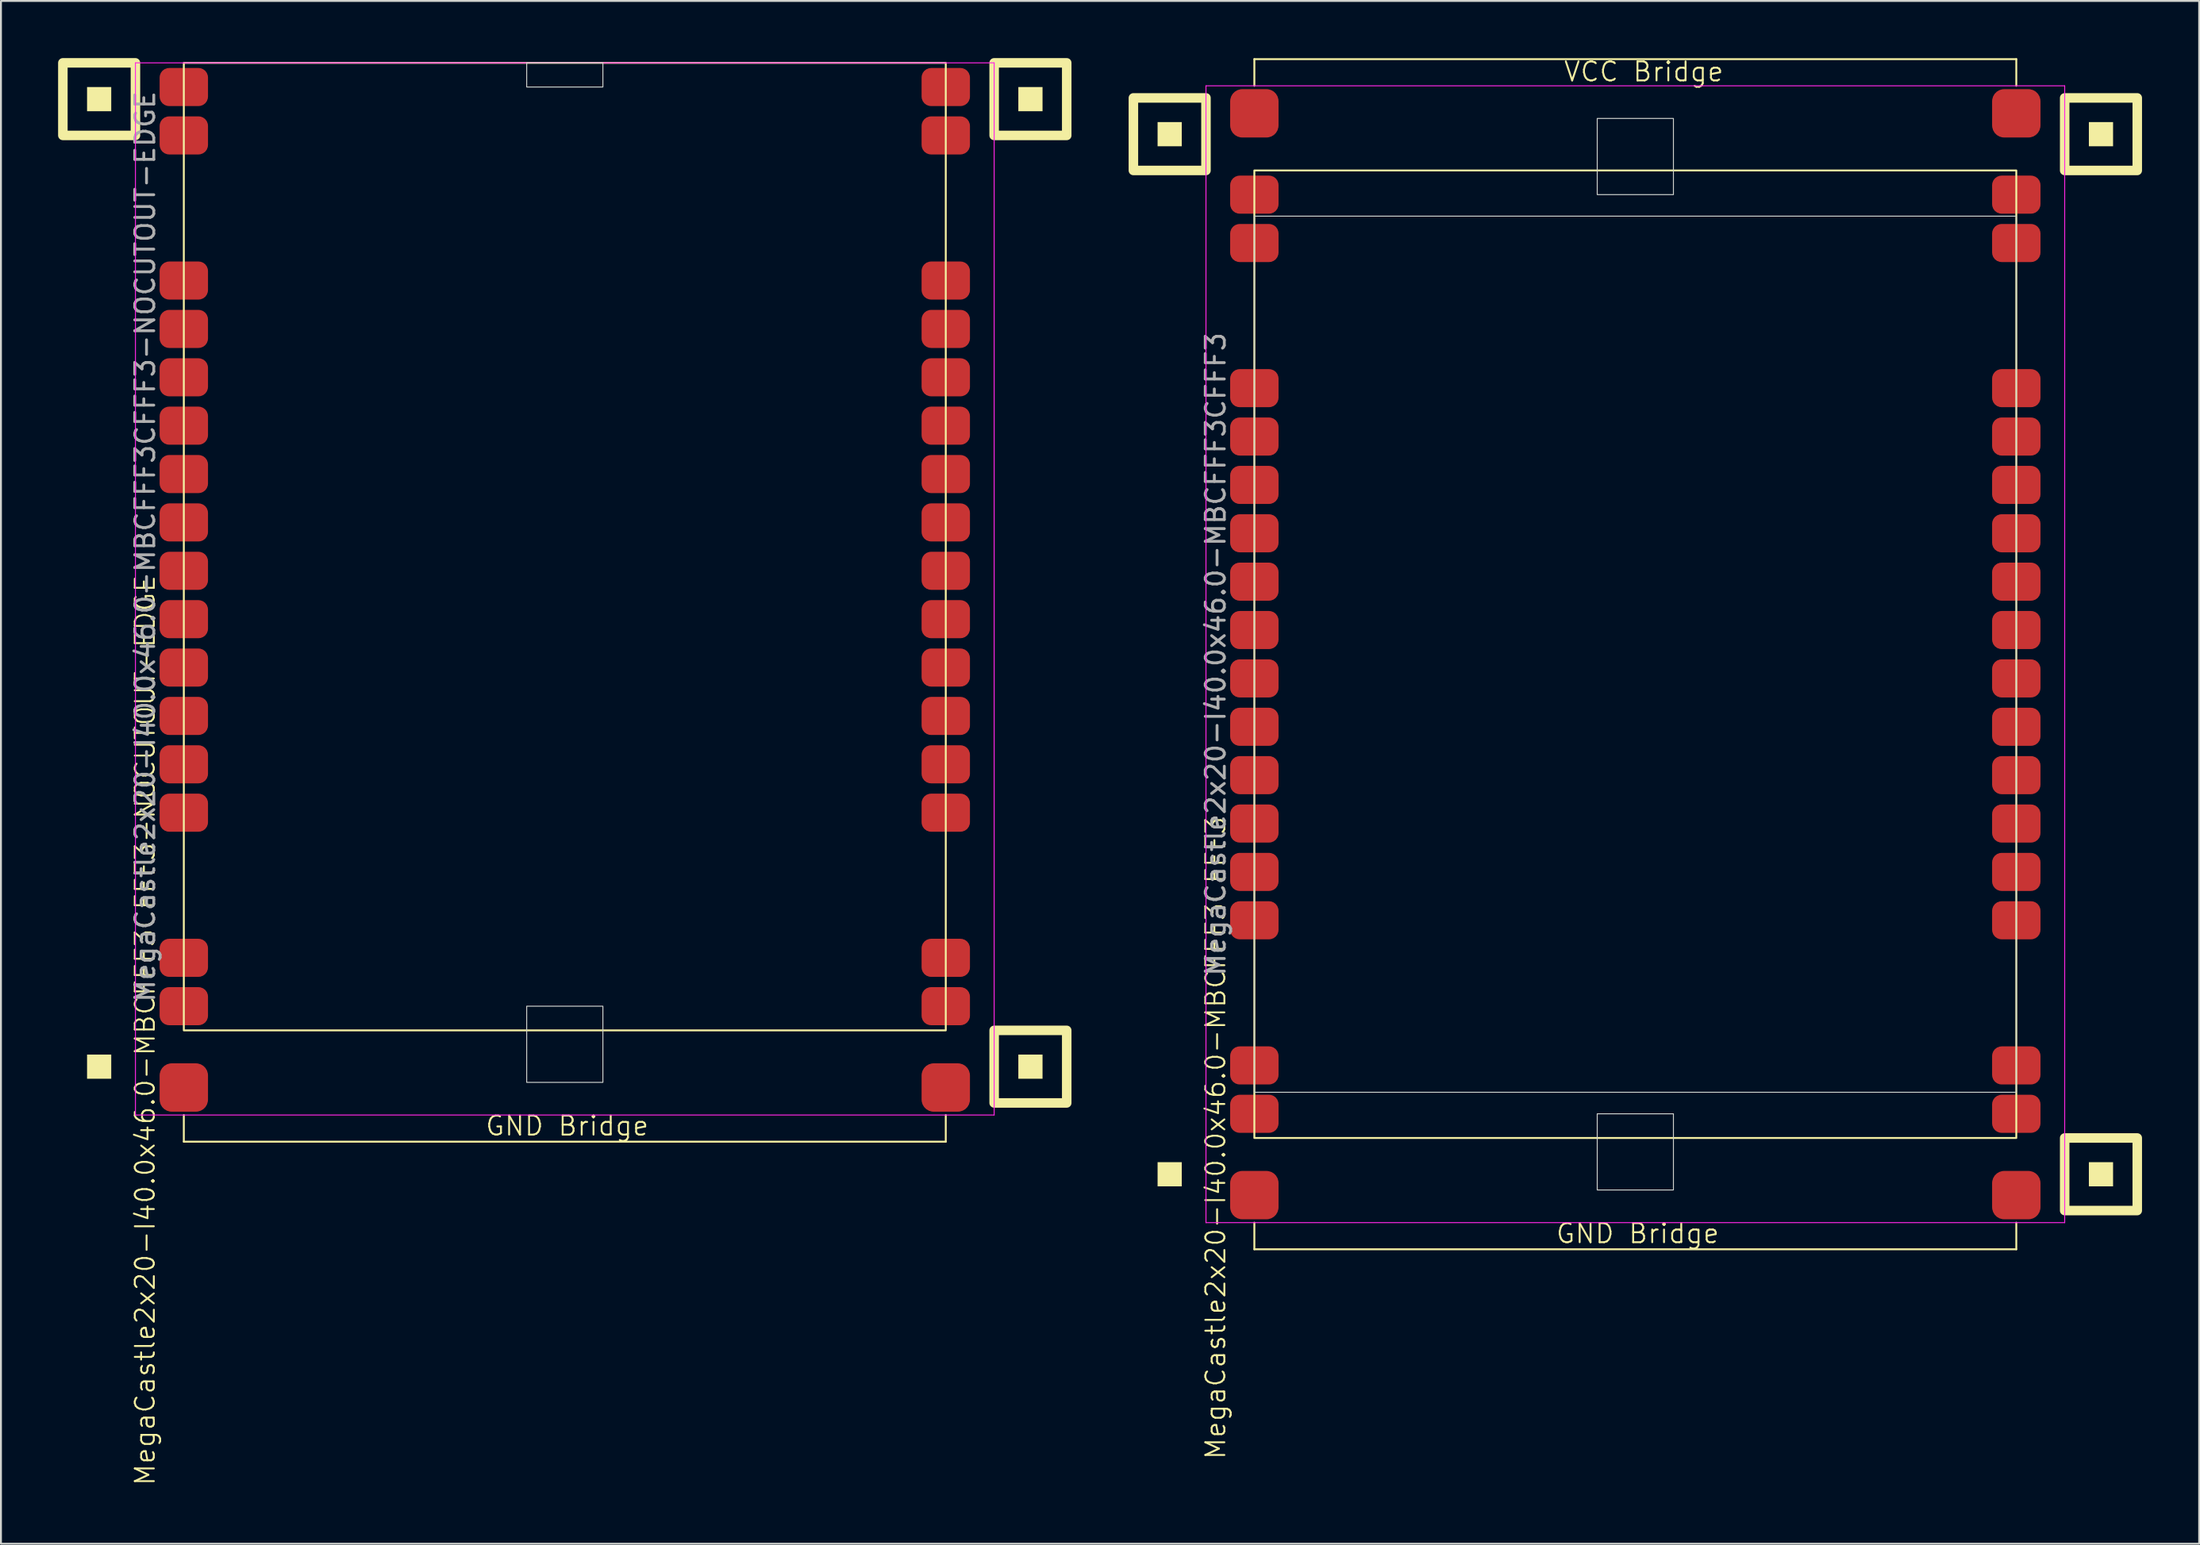
<source format=kicad_pcb>
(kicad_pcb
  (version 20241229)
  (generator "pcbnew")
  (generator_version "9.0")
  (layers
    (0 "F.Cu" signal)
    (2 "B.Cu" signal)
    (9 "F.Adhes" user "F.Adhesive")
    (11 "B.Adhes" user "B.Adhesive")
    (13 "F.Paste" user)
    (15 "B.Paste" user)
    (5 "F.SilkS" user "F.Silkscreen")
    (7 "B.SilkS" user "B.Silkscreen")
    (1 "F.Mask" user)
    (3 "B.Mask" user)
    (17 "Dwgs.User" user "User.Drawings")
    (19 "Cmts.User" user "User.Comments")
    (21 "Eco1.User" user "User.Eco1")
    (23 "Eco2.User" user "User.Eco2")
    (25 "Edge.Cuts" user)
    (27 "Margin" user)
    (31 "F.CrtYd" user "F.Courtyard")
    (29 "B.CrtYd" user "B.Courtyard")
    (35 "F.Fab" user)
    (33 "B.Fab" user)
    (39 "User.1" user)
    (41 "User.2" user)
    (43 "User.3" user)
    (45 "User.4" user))
  (footprint "MegaCastle2x20-I40.0x46.0-MBCFFF3CFFF3-NOCUTOUT-EDGE"
    (layer "F.Cu")
    (at 26.6 25.65)
    (property "Reference" "MegaCastle2x20-I40.0x46.0-MBCFFF3CFFF3-NOCUTOUT-EDGE" (at -22.032 25.4 90) (unlocked yes) (layer "F.SilkS") (effects (font (size 1 1) (thickness 0.1))))
    (attr smd)
    (fp_line (start -20 29.845) (end -20 31.245) (stroke (width 0.1) (type default)) (layer "F.SilkS"))
    (fp_line (start -20 31.245) (end 20 31.245) (stroke (width 0.1) (type default)) (layer "F.SilkS"))
    (fp_line (start 20 29.845) (end 20 31.245) (stroke (width 0.1) (type default)) (layer "F.SilkS"))
    (fp_rect (start -23.81 -22.86) (end -25.08 -24.13) (stroke (width 0) (type solid)) (fill yes) (layer "F.SilkS"))
    (fp_rect (start -23.81 27.94) (end -25.08 26.67) (stroke (width 0) (type solid)) (fill yes) (layer "F.SilkS"))
    (fp_rect (start -22.54 -21.59) (end -26.35 -25.4) (stroke (width 0.5) (type default)) (fill no) (layer "F.SilkS"))
    (fp_rect (start -20 -25.4) (end 20 25.4) (stroke (width 0.1) (type default)) (fill no) (layer "F.SilkS"))
    (fp_rect (start 25.08 -22.86) (end 23.81 -24.13) (stroke (width 0) (type solid)) (fill yes) (layer "F.SilkS"))
    (fp_rect (start 25.08 27.94) (end 23.81 26.67) (stroke (width 0) (type solid)) (fill yes) (layer "F.SilkS"))
    (fp_rect (start 26.35 -21.59) (end 22.54 -25.4) (stroke (width 0.5) (type default)) (fill no) (layer "F.SilkS"))
    (fp_rect (start 26.35 29.21) (end 22.54 25.4) (stroke (width 0.5) (type default)) (fill no) (layer "F.SilkS"))
    (fp_rect (start -2 -24.13) (end 2 -25.4) (stroke (width 0.05) (type default)) (fill no) (layer "Edge.Cuts"))
    (fp_rect (start -2 24.13) (end 2 28.13) (stroke (width 0.05) (type default)) (fill no) (layer "Edge.Cuts"))
    (fp_line (start -22.54 -25.4) (end -22.54 29.845) (stroke (width 0.05) (type default)) (layer "F.CrtYd"))
    (fp_line (start -22.54 29.845) (end 22.54 29.845) (stroke (width 0.05) (type default)) (layer "F.CrtYd"))
    (fp_line (start 22.54 -25.4) (end -22.54 -25.4) (stroke (width 0.05) (type default)) (layer "F.CrtYd"))
    (fp_line (start 22.54 -25.4) (end 22.54 29.845) (stroke (width 0.05) (type default)) (layer "F.CrtYd"))
    (fp_text user "GND Bridge" (at -4.226 31 0) (unlocked yes) (layer "F.SilkS") (effects (font (size 1 1) (thickness 0.1)) (justify left bottom)))
    (fp_text user "${REFERENCE}" (at -22.032 0 90) (unlocked yes) (layer "F.Fab") (effects (font (size 1 1) (thickness 0.15))))
    (pad "1" smd roundrect (at -20 -24.13) (size 2.54 2) (layers "F.Cu" "F.Mask" "F.Paste") (roundrect_rratio 0.25))
    (pad "2" smd roundrect (at -20 -21.59) (size 2.54 2) (layers "F.Cu" "F.Mask" "F.Paste") (roundrect_rratio 0.25))
    (pad "5" smd roundrect (at -20 -13.97) (size 2.54 2) (layers "F.Cu" "F.Mask" "F.Paste") (roundrect_rratio 0.25))
    (pad "6" smd roundrect (at -20 -11.43) (size 2.54 2) (layers "F.Cu" "F.Mask" "F.Paste") (roundrect_rratio 0.25))
    (pad "7" smd roundrect (at -20 -8.89) (size 2.54 2) (layers "F.Cu" "F.Mask" "F.Paste") (roundrect_rratio 0.25))
    (pad "8" smd roundrect (at -20 -6.35) (size 2.54 2) (layers "F.Cu" "F.Mask" "F.Paste") (roundrect_rratio 0.25))
    (pad "9" smd roundrect (at -20 -3.81) (size 2.54 2) (layers "F.Cu" "F.Mask" "F.Paste") (roundrect_rratio 0.25))
    (pad "10" smd roundrect (at -20 -1.27) (size 2.54 2) (layers "F.Cu" "F.Mask" "F.Paste") (roundrect_rratio 0.25))
    (pad "11" smd roundrect (at -20 1.27) (size 2.54 2) (layers "F.Cu" "F.Mask" "F.Paste") (roundrect_rratio 0.25))
    (pad "12" smd roundrect (at -20 3.81) (size 2.54 2) (layers "F.Cu" "F.Mask" "F.Paste") (roundrect_rratio 0.25))
    (pad "13" smd roundrect (at -20 6.35) (size 2.54 2) (layers "F.Cu" "F.Mask" "F.Paste") (roundrect_rratio 0.25))
    (pad "14" smd roundrect (at -20 8.89) (size 2.54 2) (layers "F.Cu" "F.Mask" "F.Paste") (roundrect_rratio 0.25))
    (pad "15" smd roundrect (at -20 11.43) (size 2.54 2) (layers "F.Cu" "F.Mask" "F.Paste") (roundrect_rratio 0.25))
    (pad "16" smd roundrect (at -20 13.97) (size 2.54 2) (layers "F.Cu" "F.Mask" "F.Paste") (roundrect_rratio 0.25))
    (pad "19" smd roundrect (at -20 21.59) (size 2.54 2) (layers "F.Cu" "F.Mask" "F.Paste") (roundrect_rratio 0.25))
    (pad "20" smd roundrect (at -20 24.13) (size 2.54 2) (layers "F.Cu" "F.Mask" "F.Paste") (roundrect_rratio 0.25))
    (pad "21" smd roundrect (at 20 -24.13) (size 2.54 2) (layers "F.Cu" "F.Mask" "F.Paste") (roundrect_rratio 0.25))
    (pad "22" smd roundrect (at 20 -21.59) (size 2.54 2) (layers "F.Cu" "F.Mask" "F.Paste") (roundrect_rratio 0.25))
    (pad "25" smd roundrect (at 20 -13.97) (size 2.54 2) (layers "F.Cu" "F.Mask" "F.Paste") (roundrect_rratio 0.25))
    (pad "26" smd roundrect (at 20 -11.43) (size 2.54 2) (layers "F.Cu" "F.Mask" "F.Paste") (roundrect_rratio 0.25))
    (pad "27" smd roundrect (at 20 -8.89) (size 2.54 2) (layers "F.Cu" "F.Mask" "F.Paste") (roundrect_rratio 0.25))
    (pad "28" smd roundrect (at 20 -6.35) (size 2.54 2) (layers "F.Cu" "F.Mask" "F.Paste") (roundrect_rratio 0.25))
    (pad "29" smd roundrect (at 20 -3.81) (size 2.54 2) (layers "F.Cu" "F.Mask" "F.Paste") (roundrect_rratio 0.25))
    (pad "30" smd roundrect (at 20 -1.27) (size 2.54 2) (layers "F.Cu" "F.Mask" "F.Paste") (roundrect_rratio 0.25))
    (pad "31" smd roundrect (at 20 1.27) (size 2.54 2) (layers "F.Cu" "F.Mask" "F.Paste") (roundrect_rratio 0.25))
    (pad "32" smd roundrect (at 20 3.81) (size 2.54 2) (layers "F.Cu" "F.Mask" "F.Paste") (roundrect_rratio 0.25))
    (pad "33" smd roundrect (at 20 6.35) (size 2.54 2) (layers "F.Cu" "F.Mask" "F.Paste") (roundrect_rratio 0.25))
    (pad "34" smd roundrect (at 20 8.89) (size 2.54 2) (layers "F.Cu" "F.Mask" "F.Paste") (roundrect_rratio 0.25))
    (pad "35" smd roundrect (at 20 11.43) (size 2.54 2) (layers "F.Cu" "F.Mask" "F.Paste") (roundrect_rratio 0.25))
    (pad "36" smd roundrect (at 20 13.97) (size 2.54 2) (layers "F.Cu" "F.Mask" "F.Paste") (roundrect_rratio 0.25))
    (pad "39" smd roundrect (at 20 21.59) (size 2.54 2) (layers "F.Cu" "F.Mask" "F.Paste") (roundrect_rratio 0.25))
    (pad "40" smd roundrect (at 20 24.13) (size 2.54 2) (layers "F.Cu" "F.Mask" "F.Paste") (roundrect_rratio 0.25))
    (pad "B1" smd roundrect (at -20 28.4) (size 2.54 2.54) (layers "F.Cu" "F.Mask" "F.Paste") (roundrect_rratio 0.25))
    (pad "B2" smd roundrect (at 20 28.4) (size 2.54 2.54) (layers "F.Cu" "F.Mask" "F.Paste") (roundrect_rratio 0.25)))
  (footprint "MegaCastle2x20-I40.0x46.0-MBCFFF3CFFF3"
    (layer "F.Cu")
    (at 82.8 31.3)
    (property "Reference" "MegaCastle2x20-I40.0x46.0-MBCFFF3CFFF3" (at -22.032 25.4 90) (unlocked yes) (layer "F.SilkS") (effects (font (size 1 1) (thickness 0.1))))
    (attr smd)
    (fp_line (start -20 -31.245) (end 20 -31.245) (stroke (width 0.1) (type default)) (layer "F.SilkS"))
    (fp_line (start -20 -29.845) (end -20 -31.245) (stroke (width 0.1) (type default)) (layer "F.SilkS"))
    (fp_line (start -20 29.845) (end -20 31.245) (stroke (width 0.1) (type default)) (layer "F.SilkS"))
    (fp_line (start -20 31.245) (end 20 31.245) (stroke (width 0.1) (type default)) (layer "F.SilkS"))
    (fp_line (start 20 -29.845) (end 20 -31.245) (stroke (width 0.1) (type default)) (layer "F.SilkS"))
    (fp_line (start 20 29.845) (end 20 31.245) (stroke (width 0.1) (type default)) (layer "F.SilkS"))
    (fp_rect (start -23.81 -26.67) (end -25.08 -27.94) (stroke (width 0) (type solid)) (fill yes) (layer "F.SilkS"))
    (fp_rect (start -23.81 27.94) (end -25.08 26.67) (stroke (width 0) (type solid)) (fill yes) (layer "F.SilkS"))
    (fp_rect (start -22.54 -25.4) (end -26.35 -29.21) (stroke (width 0.5) (type default)) (fill no) (layer "F.SilkS"))
    (fp_rect (start -20 -25.4) (end 20 25.4) (stroke (width 0.1) (type default)) (fill no) (layer "F.SilkS"))
    (fp_rect (start 25.08 -26.67) (end 23.81 -27.94) (stroke (width 0) (type solid)) (fill yes) (layer "F.SilkS"))
    (fp_rect (start 25.08 27.94) (end 23.81 26.67) (stroke (width 0) (type solid)) (fill yes) (layer "F.SilkS"))
    (fp_rect (start 26.35 -25.4) (end 22.54 -29.21) (stroke (width 0.5) (type default)) (fill no) (layer "F.SilkS"))
    (fp_rect (start 26.35 29.21) (end 22.54 25.4) (stroke (width 0.5) (type default)) (fill no) (layer "F.SilkS"))
    (fp_rect (start -20 -23) (end 20 23) (stroke (width 0.05) (type default)) (fill no) (layer "Edge.Cuts"))
    (fp_rect (start -2 -24.13) (end 2 -28.13) (stroke (width 0.05) (type default)) (fill no) (layer "Edge.Cuts"))
    (fp_rect (start -2 24.13) (end 2 28.13) (stroke (width 0.05) (type default)) (fill no) (layer "Edge.Cuts"))
    (fp_line (start -22.54 -29.845) (end -22.54 29.845) (stroke (width 0.05) (type default)) (layer "F.CrtYd"))
    (fp_line (start -22.54 29.845) (end 22.54 29.845) (stroke (width 0.05) (type default)) (layer "F.CrtYd"))
    (fp_line (start 22.54 -29.845) (end -22.54 -29.845) (stroke (width 0.05) (type default)) (layer "F.CrtYd"))
    (fp_line (start 22.54 -29.845) (end 22.54 29.845) (stroke (width 0.05) (type default)) (layer "F.CrtYd"))
    (fp_text user "GND Bridge" (at -4.226 31 0) (unlocked yes) (layer "F.SilkS") (effects (font (size 1 1) (thickness 0.1)) (justify left bottom)))
    (fp_text user "VCC Bridge" (at -3.81 -30 0) (unlocked yes) (layer "F.SilkS") (effects (font (size 1 1) (thickness 0.1)) (justify left bottom)))
    (fp_text user "${REFERENCE}" (at -22.032 0 90) (unlocked yes) (layer "F.Fab") (effects (font (size 1 1) (thickness 0.15))))
    (pad "1" smd roundrect (at -20 -24.13) (size 2.54 2) (layers "F.Cu" "F.Mask" "F.Paste") (roundrect_rratio 0.25))
    (pad "2" smd roundrect (at -20 -21.59) (size 2.54 2) (layers "F.Cu" "F.Mask" "F.Paste") (roundrect_rratio 0.25))
    (pad "5" smd roundrect (at -20 -13.97) (size 2.54 2) (layers "F.Cu" "F.Mask" "F.Paste") (roundrect_rratio 0.25))
    (pad "6" smd roundrect (at -20 -11.43) (size 2.54 2) (layers "F.Cu" "F.Mask" "F.Paste") (roundrect_rratio 0.25))
    (pad "7" smd roundrect (at -20 -8.89) (size 2.54 2) (layers "F.Cu" "F.Mask" "F.Paste") (roundrect_rratio 0.25))
    (pad "8" smd roundrect (at -20 -6.35) (size 2.54 2) (layers "F.Cu" "F.Mask" "F.Paste") (roundrect_rratio 0.25))
    (pad "9" smd roundrect (at -20 -3.81) (size 2.54 2) (layers "F.Cu" "F.Mask" "F.Paste") (roundrect_rratio 0.25))
    (pad "10" smd roundrect (at -20 -1.27) (size 2.54 2) (layers "F.Cu" "F.Mask" "F.Paste") (roundrect_rratio 0.25))
    (pad "11" smd roundrect (at -20 1.27) (size 2.54 2) (layers "F.Cu" "F.Mask" "F.Paste") (roundrect_rratio 0.25))
    (pad "12" smd roundrect (at -20 3.81) (size 2.54 2) (layers "F.Cu" "F.Mask" "F.Paste") (roundrect_rratio 0.25))
    (pad "13" smd roundrect (at -20 6.35) (size 2.54 2) (layers "F.Cu" "F.Mask" "F.Paste") (roundrect_rratio 0.25))
    (pad "14" smd roundrect (at -20 8.89) (size 2.54 2) (layers "F.Cu" "F.Mask" "F.Paste") (roundrect_rratio 0.25))
    (pad "15" smd roundrect (at -20 11.43) (size 2.54 2) (layers "F.Cu" "F.Mask" "F.Paste") (roundrect_rratio 0.25))
    (pad "16" smd roundrect (at -20 13.97) (size 2.54 2) (layers "F.Cu" "F.Mask" "F.Paste") (roundrect_rratio 0.25))
    (pad "19" smd roundrect (at -20 21.59) (size 2.54 2) (layers "F.Cu" "F.Mask" "F.Paste") (roundrect_rratio 0.25))
    (pad "20" smd roundrect (at -20 24.13) (size 2.54 2) (layers "F.Cu" "F.Mask" "F.Paste") (roundrect_rratio 0.25))
    (pad "21" smd roundrect (at 20 -24.13) (size 2.54 2) (layers "F.Cu" "F.Mask" "F.Paste") (roundrect_rratio 0.25))
    (pad "22" smd roundrect (at 20 -21.59) (size 2.54 2) (layers "F.Cu" "F.Mask" "F.Paste") (roundrect_rratio 0.25))
    (pad "25" smd roundrect (at 20 -13.97) (size 2.54 2) (layers "F.Cu" "F.Mask" "F.Paste") (roundrect_rratio 0.25))
    (pad "26" smd roundrect (at 20 -11.43) (size 2.54 2) (layers "F.Cu" "F.Mask" "F.Paste") (roundrect_rratio 0.25))
    (pad "27" smd roundrect (at 20 -8.89) (size 2.54 2) (layers "F.Cu" "F.Mask" "F.Paste") (roundrect_rratio 0.25))
    (pad "28" smd roundrect (at 20 -6.35) (size 2.54 2) (layers "F.Cu" "F.Mask" "F.Paste") (roundrect_rratio 0.25))
    (pad "29" smd roundrect (at 20 -3.81) (size 2.54 2) (layers "F.Cu" "F.Mask" "F.Paste") (roundrect_rratio 0.25))
    (pad "30" smd roundrect (at 20 -1.27) (size 2.54 2) (layers "F.Cu" "F.Mask" "F.Paste") (roundrect_rratio 0.25))
    (pad "31" smd roundrect (at 20 1.27) (size 2.54 2) (layers "F.Cu" "F.Mask" "F.Paste") (roundrect_rratio 0.25))
    (pad "32" smd roundrect (at 20 3.81) (size 2.54 2) (layers "F.Cu" "F.Mask" "F.Paste") (roundrect_rratio 0.25))
    (pad "33" smd roundrect (at 20 6.35) (size 2.54 2) (layers "F.Cu" "F.Mask" "F.Paste") (roundrect_rratio 0.25))
    (pad "34" smd roundrect (at 20 8.89) (size 2.54 2) (layers "F.Cu" "F.Mask" "F.Paste") (roundrect_rratio 0.25))
    (pad "35" smd roundrect (at 20 11.43) (size 2.54 2) (layers "F.Cu" "F.Mask" "F.Paste") (roundrect_rratio 0.25))
    (pad "36" smd roundrect (at 20 13.97) (size 2.54 2) (layers "F.Cu" "F.Mask" "F.Paste") (roundrect_rratio 0.25))
    (pad "39" smd roundrect (at 20 21.59) (size 2.54 2) (layers "F.Cu" "F.Mask" "F.Paste") (roundrect_rratio 0.25))
    (pad "40" smd roundrect (at 20 24.13) (size 2.54 2) (layers "F.Cu" "F.Mask" "F.Paste") (roundrect_rratio 0.25))
    (pad "A1" smd roundrect (at -20 -28.4) (size 2.54 2.54) (layers "F.Cu" "F.Mask" "F.Paste") (roundrect_rratio 0.25))
    (pad "A2" smd roundrect (at 20 -28.4) (size 2.54 2.54) (layers "F.Cu" "F.Mask" "F.Paste") (roundrect_rratio 0.25))
    (pad "B1" smd roundrect (at -20 28.4) (size 2.54 2.54) (layers "F.Cu" "F.Mask" "F.Paste") (roundrect_rratio 0.25))
    (pad "B2" smd roundrect (at 20 28.4) (size 2.54 2.54) (layers "F.Cu" "F.Mask" "F.Paste") (roundrect_rratio 0.25)))
  (gr_rect
    (start -3 -3)
    (end 112.4 78.005)
    (stroke (width 0.1) (type default))
    (fill no)
    (layer "Edge.Cuts")))
</source>
